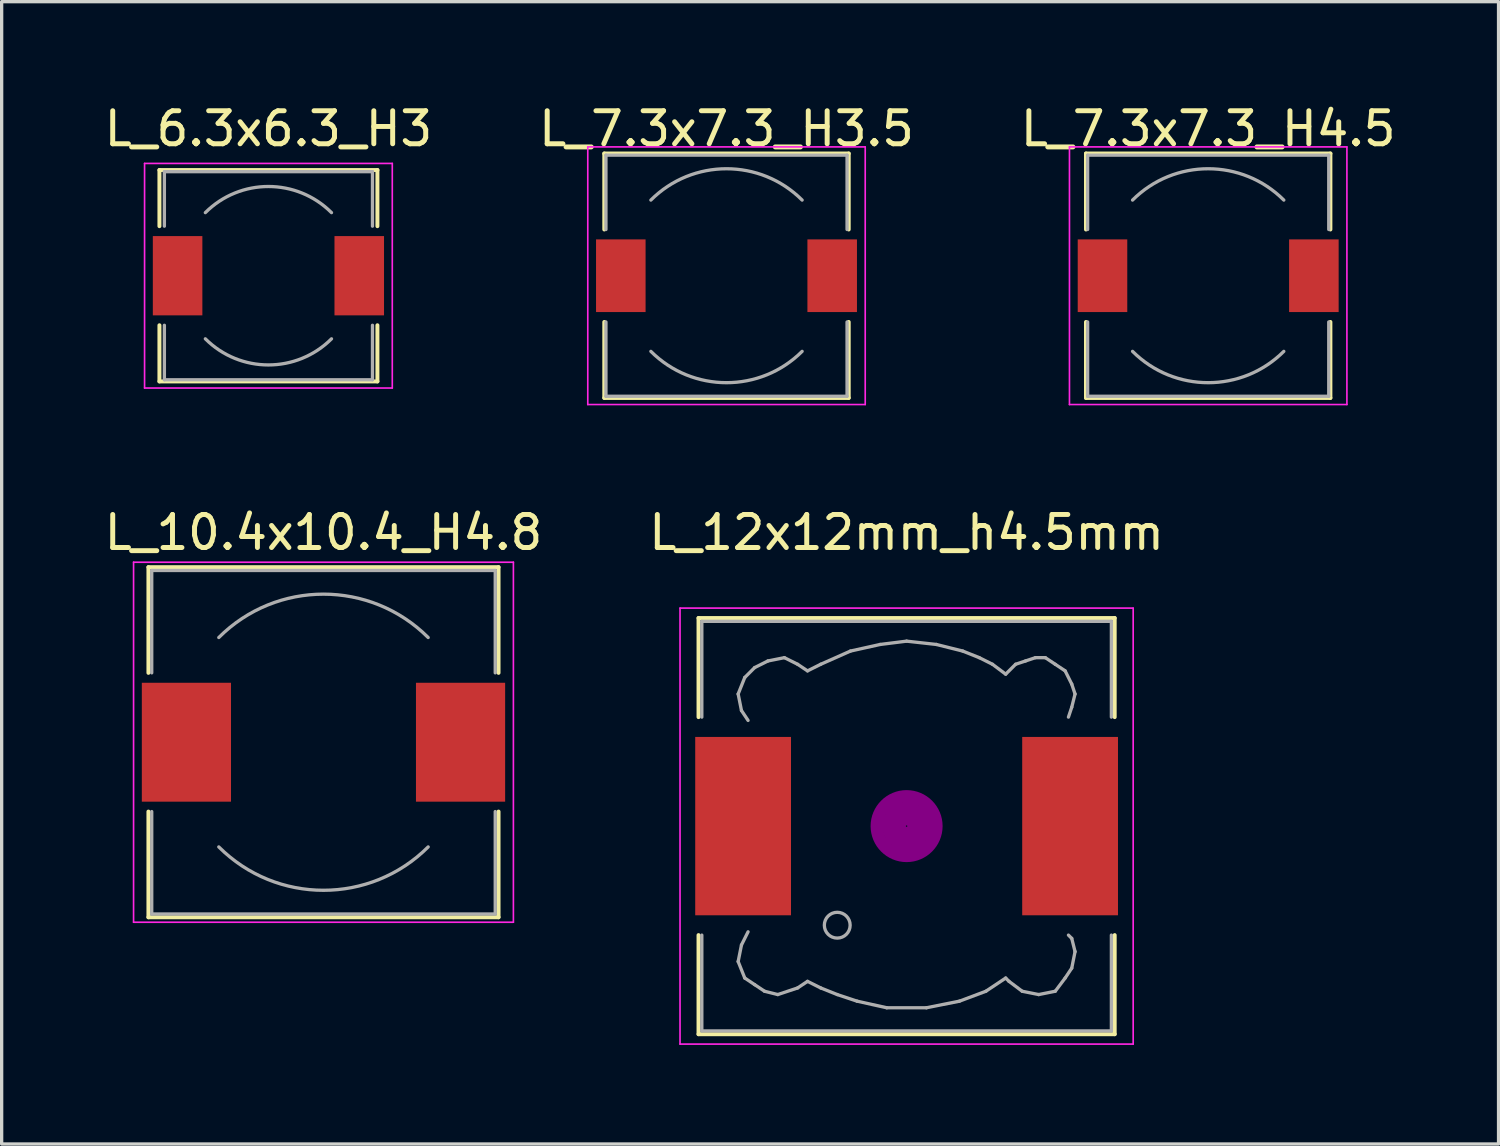
<source format=kicad_pcb>
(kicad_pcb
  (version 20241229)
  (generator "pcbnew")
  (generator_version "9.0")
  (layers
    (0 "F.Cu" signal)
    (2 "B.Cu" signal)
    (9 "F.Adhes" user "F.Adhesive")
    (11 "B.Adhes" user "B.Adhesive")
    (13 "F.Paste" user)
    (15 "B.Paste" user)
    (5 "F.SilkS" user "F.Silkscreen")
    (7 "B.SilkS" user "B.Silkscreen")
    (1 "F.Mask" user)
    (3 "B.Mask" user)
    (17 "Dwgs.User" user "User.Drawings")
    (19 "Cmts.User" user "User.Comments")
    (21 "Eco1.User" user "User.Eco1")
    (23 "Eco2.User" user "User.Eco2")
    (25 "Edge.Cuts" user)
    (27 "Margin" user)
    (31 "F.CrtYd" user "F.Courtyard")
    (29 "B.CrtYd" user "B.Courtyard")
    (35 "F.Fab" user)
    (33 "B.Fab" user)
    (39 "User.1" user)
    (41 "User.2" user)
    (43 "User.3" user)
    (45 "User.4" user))
  (footprint "L_10.4x10.4_H4.8"
    (layer "F.Cu")
    (at 6.744 19.422)
    (property "Reference" "L_10.4x10.4_H4.8" (at 0 -6.35 0) (layer "F.SilkS") (effects (font (size 1 1) (thickness 0.15))))
    (attr smd)
    (fp_line (start -5.3 -5.3) (end 5.3 -5.3) (stroke (width 0.12) (type solid)) (layer "F.SilkS"))
    (fp_line (start -5.3 -2.1) (end -5.3 -5.3) (stroke (width 0.12) (type solid)) (layer "F.SilkS"))
    (fp_line (start -5.3 5.3) (end -5.3 2.1) (stroke (width 0.12) (type solid)) (layer "F.SilkS"))
    (fp_line (start 5.3 -5.3) (end 5.3 -2.1) (stroke (width 0.12) (type solid)) (layer "F.SilkS"))
    (fp_line (start 5.3 2.1) (end 5.3 5.3) (stroke (width 0.12) (type solid)) (layer "F.SilkS"))
    (fp_line (start 5.3 5.3) (end -5.3 5.3) (stroke (width 0.12) (type solid)) (layer "F.SilkS"))
    (fp_line (start -5.75 -5.45) (end -5.75 5.45) (stroke (width 0.05) (type solid)) (layer "F.CrtYd"))
    (fp_line (start -5.75 5.45) (end 5.75 5.45) (stroke (width 0.05) (type solid)) (layer "F.CrtYd"))
    (fp_line (start 5.75 -5.45) (end -5.75 -5.45) (stroke (width 0.05) (type solid)) (layer "F.CrtYd"))
    (fp_line (start 5.75 5.45) (end 5.75 -5.45) (stroke (width 0.05) (type solid)) (layer "F.CrtYd"))
    (fp_line (start -5.2 -5.2) (end -5.2 -2.1) (stroke (width 0.1) (type solid)) (layer "F.Fab"))
    (fp_line (start -5.2 -5.2) (end 5.2 -5.2) (stroke (width 0.1) (type solid)) (layer "F.Fab"))
    (fp_line (start -5.2 5.2) (end -5.2 2.1) (stroke (width 0.1) (type solid)) (layer "F.Fab"))
    (fp_line (start -5.2 5.2) (end 5.2 5.2) (stroke (width 0.1) (type solid)) (layer "F.Fab"))
    (fp_line (start 5.2 -5.2) (end 5.2 -2.1) (stroke (width 0.1) (type solid)) (layer "F.Fab"))
    (fp_line (start 5.2 5.2) (end 5.2 2.1) (stroke (width 0.1) (type solid)) (layer "F.Fab"))
    (fp_arc (start -3.17 -3.17) (mid 0 -4.483057) (end 3.17 -3.17) (stroke (width 0.1) (type solid)) (layer "F.Fab"))
    (fp_arc (start 3.17 3.17) (mid 0 4.483057) (end -3.17 3.17) (stroke (width 0.1) (type solid)) (layer "F.Fab"))
    (pad "1" smd rect (at -4.15 0) (size 2.7 3.6) (layers "F.Cu" "F.Mask" "F.Paste"))
    (pad "2" smd rect (at 4.15 0) (size 2.7 3.6) (layers "F.Cu" "F.Mask" "F.Paste")))
  (footprint "L_7.3x7.3_H3.5"
    (layer "F.Cu")
    (at 18.946 5.298)
    (property "Reference" "L_7.3x7.3_H3.5" (at 0 -4.45 0) (layer "F.SilkS") (effects (font (size 1 1) (thickness 0.15))))
    (attr smd)
    (fp_line (start -3.7 -3.7) (end 3.7 -3.7) (stroke (width 0.12) (type solid)) (layer "F.SilkS"))
    (fp_line (start -3.7 -1.4) (end -3.7 -3.7) (stroke (width 0.12) (type solid)) (layer "F.SilkS"))
    (fp_line (start -3.7 3.7) (end -3.7 1.4) (stroke (width 0.12) (type solid)) (layer "F.SilkS"))
    (fp_line (start 3.7 -3.7) (end 3.7 -1.4) (stroke (width 0.12) (type solid)) (layer "F.SilkS"))
    (fp_line (start 3.7 1.4) (end 3.7 3.7) (stroke (width 0.12) (type solid)) (layer "F.SilkS"))
    (fp_line (start 3.7 3.7) (end -3.7 3.7) (stroke (width 0.12) (type solid)) (layer "F.SilkS"))
    (fp_line (start -4.2 -3.9) (end -4.2 3.9) (stroke (width 0.05) (type solid)) (layer "F.CrtYd"))
    (fp_line (start -4.2 3.9) (end 4.2 3.9) (stroke (width 0.05) (type solid)) (layer "F.CrtYd"))
    (fp_line (start 4.2 -3.9) (end -4.2 -3.9) (stroke (width 0.05) (type solid)) (layer "F.CrtYd"))
    (fp_line (start 4.2 3.9) (end 4.2 -3.9) (stroke (width 0.05) (type solid)) (layer "F.CrtYd"))
    (fp_line (start -3.65 -3.65) (end -3.65 -1.4) (stroke (width 0.1) (type solid)) (layer "F.Fab"))
    (fp_line (start -3.65 -3.65) (end 3.65 -3.65) (stroke (width 0.1) (type solid)) (layer "F.Fab"))
    (fp_line (start -3.65 3.65) (end -3.65 1.4) (stroke (width 0.1) (type solid)) (layer "F.Fab"))
    (fp_line (start 3.65 -3.65) (end 3.65 -1.4) (stroke (width 0.1) (type solid)) (layer "F.Fab"))
    (fp_line (start 3.65 3.65) (end -3.65 3.65) (stroke (width 0.1) (type solid)) (layer "F.Fab"))
    (fp_line (start 3.65 3.65) (end 3.65 1.4) (stroke (width 0.1) (type solid)) (layer "F.Fab"))
    (fp_arc (start -2.29 -2.29) (mid 0 -3.238549) (end 2.29 -2.29) (stroke (width 0.1) (type solid)) (layer "F.Fab"))
    (fp_arc (start 2.29 2.29) (mid 0 3.238549) (end -2.29 2.29) (stroke (width 0.1) (type solid)) (layer "F.Fab"))
    (pad "1" smd rect (at -3.2 0) (size 1.5 2.2) (layers "F.Cu" "F.Mask" "F.Paste"))
    (pad "2" smd rect (at 3.2 0) (size 1.5 2.2) (layers "F.Cu" "F.Mask" "F.Paste")))
  (footprint "L_12x12mm_h4.5mm"
    (layer "F.Cu")
    (at 24.399 21.962)
    (property "Reference" "L_12x12mm_h4.5mm" (at 0 -8.89 0) (layer "F.SilkS") (effects (font (size 1 1) (thickness 0.15))))
    (attr smd)
    (fp_line (start -6.3 -6.3) (end 6.3 -6.3) (stroke (width 0.12) (type solid)) (layer "F.SilkS"))
    (fp_line (start -6.3 -3.3) (end -6.3 -6.3) (stroke (width 0.12) (type solid)) (layer "F.SilkS"))
    (fp_line (start -6.3 6.3) (end -6.3 3.3) (stroke (width 0.12) (type solid)) (layer "F.SilkS"))
    (fp_line (start 6.3 -6.3) (end 6.3 -3.3) (stroke (width 0.12) (type solid)) (layer "F.SilkS"))
    (fp_line (start 6.3 3.3) (end 6.3 6.3) (stroke (width 0.12) (type solid)) (layer "F.SilkS"))
    (fp_line (start 6.3 6.3) (end -6.3 6.3) (stroke (width 0.12) (type solid)) (layer "F.SilkS"))
    (fp_circle (center 0 0) (end 0.15 0.15) (stroke (width 0.38) (type solid)) (fill no) (layer "F.Adhes"))
    (fp_circle (center 0 0) (end 0.55 0) (stroke (width 0.38) (type solid)) (fill no) (layer "F.Adhes"))
    (fp_circle (center 0 0) (end 0.9 0) (stroke (width 0.38) (type solid)) (fill no) (layer "F.Adhes"))
    (fp_line (start -6.86 -6.6) (end 6.86 -6.6) (stroke (width 0.05) (type solid)) (layer "F.CrtYd"))
    (fp_line (start -6.86 6.6) (end -6.86 -6.6) (stroke (width 0.05) (type solid)) (layer "F.CrtYd"))
    (fp_line (start 6.86 -6.6) (end 6.86 6.6) (stroke (width 0.05) (type solid)) (layer "F.CrtYd"))
    (fp_line (start 6.86 6.6) (end -6.86 6.6) (stroke (width 0.05) (type solid)) (layer "F.CrtYd"))
    (fp_line (start -6.2 -6.2) (end -6.2 -3.3) (stroke (width 0.1) (type solid)) (layer "F.Fab"))
    (fp_line (start -6.2 3.3) (end -6.2 6.2) (stroke (width 0.1) (type solid)) (layer "F.Fab"))
    (fp_line (start -6.2 6.2) (end 6.2 6.2) (stroke (width 0.1) (type solid)) (layer "F.Fab"))
    (fp_line (start -5.1 -4) (end -5 -3.5) (stroke (width 0.1) (type solid)) (layer "F.Fab"))
    (fp_line (start -5.1 4.1) (end -5 3.6) (stroke (width 0.1) (type solid)) (layer "F.Fab"))
    (fp_line (start -5 -3.5) (end -4.8 -3.2) (stroke (width 0.1) (type solid)) (layer "F.Fab"))
    (fp_line (start -5 3.6) (end -4.8 3.2) (stroke (width 0.1) (type solid)) (layer "F.Fab"))
    (fp_line (start -4.9 -4.5) (end -5.1 -4) (stroke (width 0.1) (type solid)) (layer "F.Fab"))
    (fp_line (start -4.9 4.6) (end -5.1 4.1) (stroke (width 0.1) (type solid)) (layer "F.Fab"))
    (fp_line (start -4.6 -4.8) (end -4.9 -4.5) (stroke (width 0.1) (type solid)) (layer "F.Fab"))
    (fp_line (start -4.6 4.8) (end -4.9 4.6) (stroke (width 0.1) (type solid)) (layer "F.Fab"))
    (fp_line (start -4.3 5) (end -4.6 4.8) (stroke (width 0.1) (type solid)) (layer "F.Fab"))
    (fp_line (start -4.2 -5) (end -4.6 -4.8) (stroke (width 0.1) (type solid)) (layer "F.Fab"))
    (fp_line (start -3.9 5.1) (end -4.3 5) (stroke (width 0.1) (type solid)) (layer "F.Fab"))
    (fp_line (start -3.7 -5.1) (end -4.2 -5) (stroke (width 0.1) (type solid)) (layer "F.Fab"))
    (fp_line (start -3.3 -4.9) (end -3.7 -5.1) (stroke (width 0.1) (type solid)) (layer "F.Fab"))
    (fp_line (start -3.3 4.9) (end -3.9 5.1) (stroke (width 0.1) (type solid)) (layer "F.Fab"))
    (fp_line (start -3 -4.7) (end -3.3 -4.9) (stroke (width 0.1) (type solid)) (layer "F.Fab"))
    (fp_line (start -3 4.7) (end -3.3 4.9) (stroke (width 0.1) (type solid)) (layer "F.Fab"))
    (fp_line (start -2.6 -4.9) (end -3 -4.7) (stroke (width 0.1) (type solid)) (layer "F.Fab"))
    (fp_line (start -2.6 4.9) (end -3 4.7) (stroke (width 0.1) (type solid)) (layer "F.Fab"))
    (fp_line (start -2.1 5.1) (end -2.6 4.9) (stroke (width 0.1) (type solid)) (layer "F.Fab"))
    (fp_line (start -1.7 -5.3) (end -2.6 -4.9) (stroke (width 0.1) (type solid)) (layer "F.Fab"))
    (fp_line (start -1.5 5.3) (end -2.1 5.1) (stroke (width 0.1) (type solid)) (layer "F.Fab"))
    (fp_line (start -0.8 -5.5) (end -1.7 -5.3) (stroke (width 0.1) (type solid)) (layer "F.Fab"))
    (fp_line (start -0.6 5.5) (end -1.5 5.3) (stroke (width 0.1) (type solid)) (layer "F.Fab"))
    (fp_line (start 0 -5.6) (end -0.8 -5.5) (stroke (width 0.1) (type solid)) (layer "F.Fab"))
    (fp_line (start 0.6 5.5) (end -0.6 5.5) (stroke (width 0.1) (type solid)) (layer "F.Fab"))
    (fp_line (start 0.9 -5.5) (end 0 -5.6) (stroke (width 0.1) (type solid)) (layer "F.Fab"))
    (fp_line (start 1.6 5.3) (end 0.6 5.5) (stroke (width 0.1) (type solid)) (layer "F.Fab"))
    (fp_line (start 1.7 -5.3) (end 0.9 -5.5) (stroke (width 0.1) (type solid)) (layer "F.Fab"))
    (fp_line (start 2.2 -5.1) (end 1.7 -5.3) (stroke (width 0.1) (type solid)) (layer "F.Fab"))
    (fp_line (start 2.4 5) (end 1.6 5.3) (stroke (width 0.1) (type solid)) (layer "F.Fab"))
    (fp_line (start 2.6 -4.9) (end 2.2 -5.1) (stroke (width 0.1) (type solid)) (layer "F.Fab"))
    (fp_line (start 3 -4.6) (end 2.6 -4.9) (stroke (width 0.1) (type solid)) (layer "F.Fab"))
    (fp_line (start 3 4.6) (end 2.4 5) (stroke (width 0.1) (type solid)) (layer "F.Fab"))
    (fp_line (start 3.1 4.7) (end 3 4.6) (stroke (width 0.1) (type solid)) (layer "F.Fab"))
    (fp_line (start 3.3 -4.9) (end 3 -4.6) (stroke (width 0.1) (type solid)) (layer "F.Fab"))
    (fp_line (start 3.5 5) (end 3.1 4.7) (stroke (width 0.1) (type solid)) (layer "F.Fab"))
    (fp_line (start 3.6 -5) (end 3.3 -4.9) (stroke (width 0.1) (type solid)) (layer "F.Fab"))
    (fp_line (start 3.9 -5.1) (end 3.6 -5) (stroke (width 0.1) (type solid)) (layer "F.Fab"))
    (fp_line (start 4 5.1) (end 3.5 5) (stroke (width 0.1) (type solid)) (layer "F.Fab"))
    (fp_line (start 4.2 -5.1) (end 3.9 -5.1) (stroke (width 0.1) (type solid)) (layer "F.Fab"))
    (fp_line (start 4.5 -4.9) (end 4.2 -5.1) (stroke (width 0.1) (type solid)) (layer "F.Fab"))
    (fp_line (start 4.5 5) (end 4 5.1) (stroke (width 0.1) (type solid)) (layer "F.Fab"))
    (fp_line (start 4.8 -4.7) (end 4.5 -4.9) (stroke (width 0.1) (type solid)) (layer "F.Fab"))
    (fp_line (start 4.8 4.6) (end 4.5 5) (stroke (width 0.1) (type solid)) (layer "F.Fab"))
    (fp_line (start 4.9 -3.3) (end 5 -3.6) (stroke (width 0.1) (type solid)) (layer "F.Fab"))
    (fp_line (start 4.9 3.3) (end 5 3.4) (stroke (width 0.1) (type solid)) (layer "F.Fab"))
    (fp_line (start 5 -4.3) (end 4.8 -4.7) (stroke (width 0.1) (type solid)) (layer "F.Fab"))
    (fp_line (start 5 -3.6) (end 5.1 -4) (stroke (width 0.1) (type solid)) (layer "F.Fab"))
    (fp_line (start 5 3.4) (end 5.1 3.8) (stroke (width 0.1) (type solid)) (layer "F.Fab"))
    (fp_line (start 5 4.3) (end 4.8 4.6) (stroke (width 0.1) (type solid)) (layer "F.Fab"))
    (fp_line (start 5.1 -4) (end 5 -4.3) (stroke (width 0.1) (type solid)) (layer "F.Fab"))
    (fp_line (start 5.1 3.8) (end 5 4.3) (stroke (width 0.1) (type solid)) (layer "F.Fab"))
    (fp_line (start 6.2 -6.2) (end -6.2 -6.2) (stroke (width 0.1) (type solid)) (layer "F.Fab"))
    (fp_line (start 6.2 -6.2) (end 6.2 -3.3) (stroke (width 0.1) (type solid)) (layer "F.Fab"))
    (fp_line (start 6.2 6.2) (end 6.2 3.3) (stroke (width 0.1) (type solid)) (layer "F.Fab"))
    (fp_circle (center -2.1 3) (end -1.8 3.25) (stroke (width 0.1) (type solid)) (fill no) (layer "F.Fab"))
    (pad "1" smd rect (at -4.95 0) (size 2.9 5.4) (layers "F.Cu" "F.Mask" "F.Paste"))
    (pad "2" smd rect (at 4.95 0) (size 2.9 5.4) (layers "F.Cu" "F.Mask" "F.Paste")))
  (footprint "L_6.3x6.3_H3"
    (layer "F.Cu")
    (at 5.077 5.298)
    (property "Reference" "L_6.3x6.3_H3" (at 0 -4.45 0) (layer "F.SilkS") (effects (font (size 1 1) (thickness 0.15))))
    (attr smd)
    (fp_line (start -3.3 -3.2) (end 3.3 -3.2) (stroke (width 0.12) (type solid)) (layer "F.SilkS"))
    (fp_line (start -3.3 -1.5) (end -3.3 -3.2) (stroke (width 0.12) (type solid)) (layer "F.SilkS"))
    (fp_line (start -3.3 3.2) (end -3.3 1.5) (stroke (width 0.12) (type solid)) (layer "F.SilkS"))
    (fp_line (start 3.3 -3.2) (end 3.3 -1.5) (stroke (width 0.12) (type solid)) (layer "F.SilkS"))
    (fp_line (start 3.3 1.5) (end 3.3 3.2) (stroke (width 0.12) (type solid)) (layer "F.SilkS"))
    (fp_line (start 3.3 3.2) (end -3.3 3.2) (stroke (width 0.12) (type solid)) (layer "F.SilkS"))
    (fp_line (start -3.75 -3.4) (end -3.75 3.4) (stroke (width 0.05) (type solid)) (layer "F.CrtYd"))
    (fp_line (start -3.75 3.4) (end 3.75 3.4) (stroke (width 0.05) (type solid)) (layer "F.CrtYd"))
    (fp_line (start 3.75 -3.4) (end -3.75 -3.4) (stroke (width 0.05) (type solid)) (layer "F.CrtYd"))
    (fp_line (start 3.75 3.4) (end 3.75 -3.4) (stroke (width 0.05) (type solid)) (layer "F.CrtYd"))
    (fp_line (start -3.15 -3.15) (end -3.15 -1.5) (stroke (width 0.1) (type solid)) (layer "F.Fab"))
    (fp_line (start -3.15 -3.15) (end 3.15 -3.15) (stroke (width 0.1) (type solid)) (layer "F.Fab"))
    (fp_line (start -3.15 3.15) (end -3.15 1.5) (stroke (width 0.1) (type solid)) (layer "F.Fab"))
    (fp_line (start -3.15 3.15) (end 3.15 3.15) (stroke (width 0.1) (type solid)) (layer "F.Fab"))
    (fp_line (start 3.15 -3.15) (end 3.15 -1.5) (stroke (width 0.1) (type solid)) (layer "F.Fab"))
    (fp_line (start 3.15 3.15) (end 3.15 1.5) (stroke (width 0.1) (type solid)) (layer "F.Fab"))
    (fp_arc (start -1.91 -1.91) (mid 0 -2.701148) (end 1.91 -1.91) (stroke (width 0.1) (type solid)) (layer "F.Fab"))
    (fp_arc (start 1.91 1.91) (mid 0 2.701148) (end -1.91 1.91) (stroke (width 0.1) (type solid)) (layer "F.Fab"))
    (pad "1" smd rect (at -2.75 0) (size 1.5 2.4) (layers "F.Cu" "F.Mask" "F.Paste"))
    (pad "2" smd rect (at 2.75 0) (size 1.5 2.4) (layers "F.Cu" "F.Mask" "F.Paste")))
  (footprint "L_7.3x7.3_H4.5"
    (layer "F.Cu")
    (at 33.53 5.298)
    (property "Reference" "L_7.3x7.3_H4.5" (at 0 -4.45 0) (layer "F.SilkS") (effects (font (size 1 1) (thickness 0.15))))
    (attr smd)
    (fp_line (start -3.7 -3.7) (end 3.7 -3.7) (stroke (width 0.12) (type solid)) (layer "F.SilkS"))
    (fp_line (start -3.7 -1.4) (end -3.7 -3.7) (stroke (width 0.12) (type solid)) (layer "F.SilkS"))
    (fp_line (start -3.7 3.7) (end -3.7 1.4) (stroke (width 0.12) (type solid)) (layer "F.SilkS"))
    (fp_line (start 3.7 -3.7) (end 3.7 -1.4) (stroke (width 0.12) (type solid)) (layer "F.SilkS"))
    (fp_line (start 3.7 1.4) (end 3.7 3.7) (stroke (width 0.12) (type solid)) (layer "F.SilkS"))
    (fp_line (start 3.7 3.7) (end -3.7 3.7) (stroke (width 0.12) (type solid)) (layer "F.SilkS"))
    (fp_line (start -4.2 -3.9) (end -4.2 3.9) (stroke (width 0.05) (type solid)) (layer "F.CrtYd"))
    (fp_line (start -4.2 3.9) (end 4.2 3.9) (stroke (width 0.05) (type solid)) (layer "F.CrtYd"))
    (fp_line (start 4.2 -3.9) (end -4.2 -3.9) (stroke (width 0.05) (type solid)) (layer "F.CrtYd"))
    (fp_line (start 4.2 3.9) (end 4.2 -3.9) (stroke (width 0.05) (type solid)) (layer "F.CrtYd"))
    (fp_line (start -3.65 -3.65) (end -3.65 -1.4) (stroke (width 0.1) (type solid)) (layer "F.Fab"))
    (fp_line (start -3.65 -3.65) (end 3.65 -3.65) (stroke (width 0.1) (type solid)) (layer "F.Fab"))
    (fp_line (start -3.65 3.65) (end -3.65 1.4) (stroke (width 0.1) (type solid)) (layer "F.Fab"))
    (fp_line (start 3.65 -3.65) (end 3.65 -1.4) (stroke (width 0.1) (type solid)) (layer "F.Fab"))
    (fp_line (start 3.65 3.65) (end -3.65 3.65) (stroke (width 0.1) (type solid)) (layer "F.Fab"))
    (fp_line (start 3.65 3.65) (end 3.65 1.4) (stroke (width 0.1) (type solid)) (layer "F.Fab"))
    (fp_arc (start -2.29 -2.29) (mid 0 -3.238549) (end 2.29 -2.29) (stroke (width 0.1) (type solid)) (layer "F.Fab"))
    (fp_arc (start 2.29 2.29) (mid 0 3.238549) (end -2.29 2.29) (stroke (width 0.1) (type solid)) (layer "F.Fab"))
    (pad "1" smd rect (at -3.2 0) (size 1.5 2.2) (layers "F.Cu" "F.Mask" "F.Paste"))
    (pad "2" smd rect (at 3.2 0) (size 1.5 2.2) (layers "F.Cu" "F.Mask" "F.Paste")))
  (gr_rect
    (start -3 -3)
    (end 42.321 31.587)
    (stroke (width 0.1) (type default))
    (fill no)
    (layer "Edge.Cuts")))
</source>
